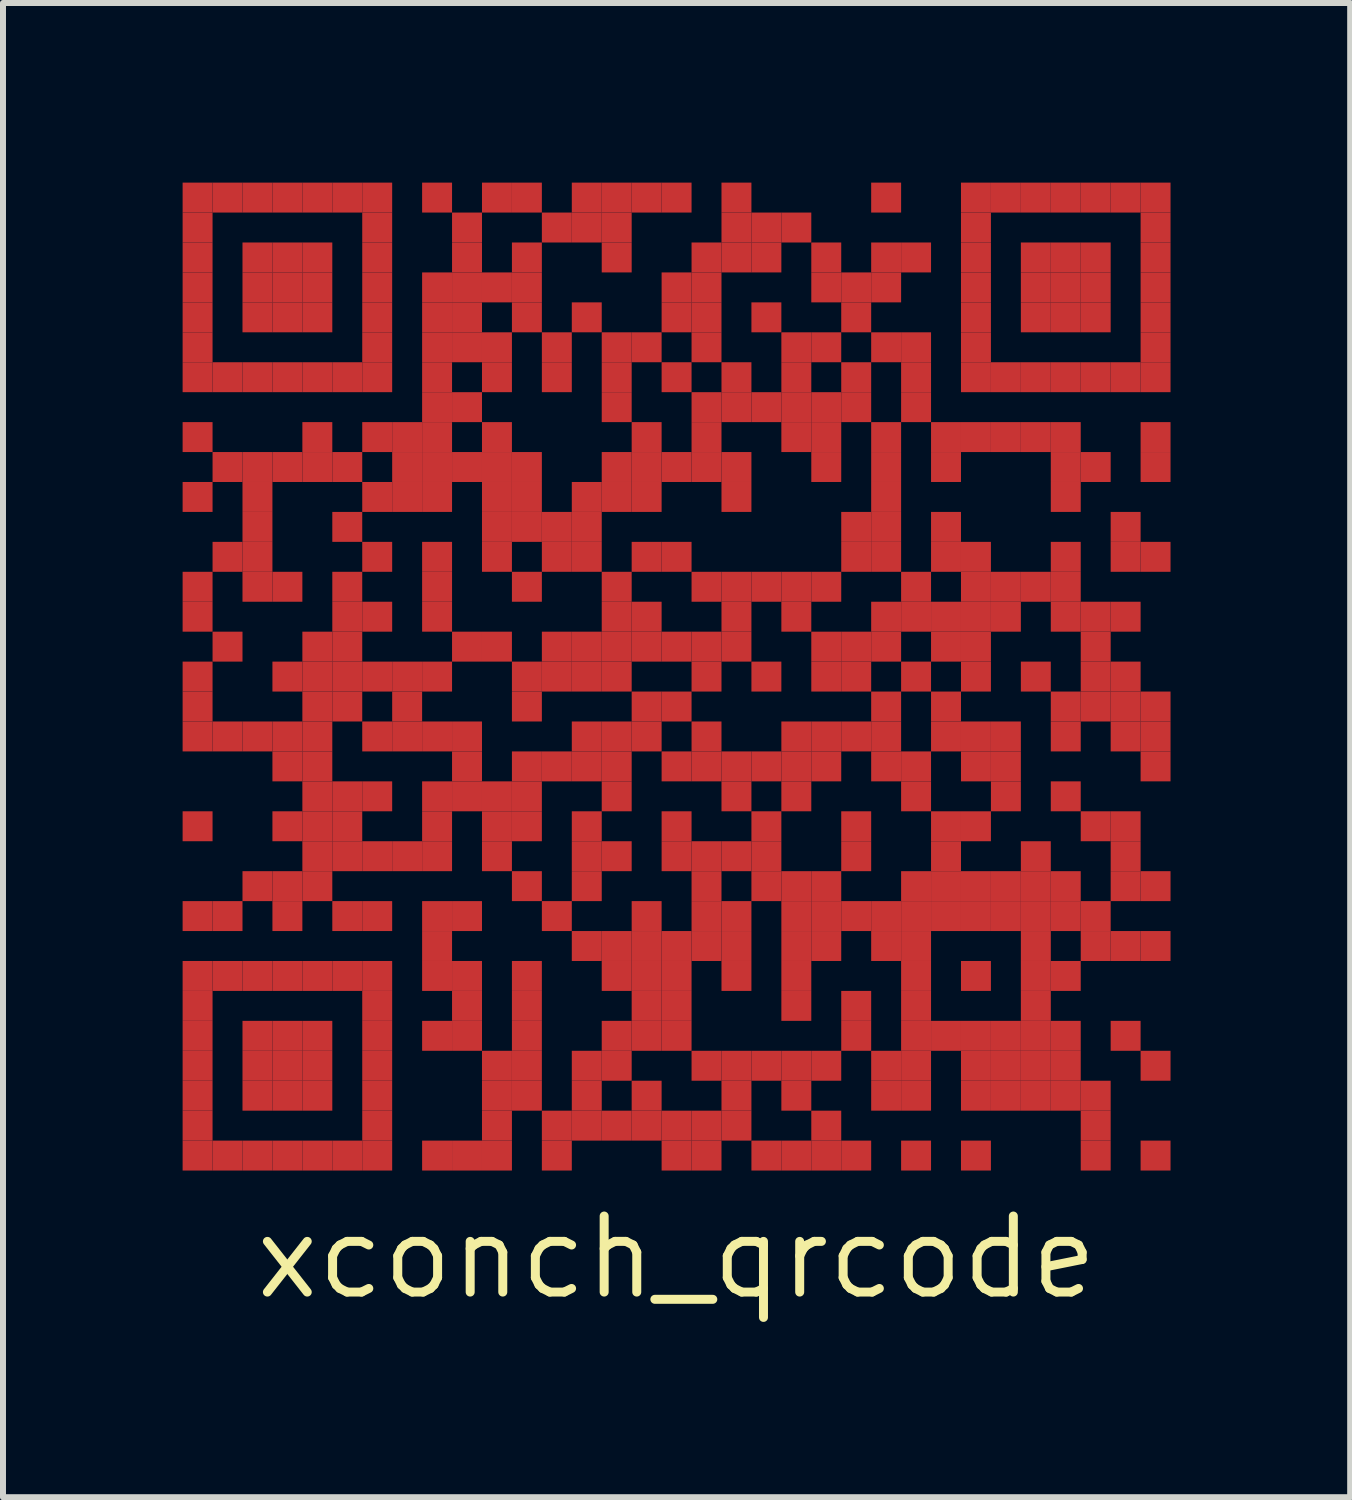
<source format=kicad_pcb>
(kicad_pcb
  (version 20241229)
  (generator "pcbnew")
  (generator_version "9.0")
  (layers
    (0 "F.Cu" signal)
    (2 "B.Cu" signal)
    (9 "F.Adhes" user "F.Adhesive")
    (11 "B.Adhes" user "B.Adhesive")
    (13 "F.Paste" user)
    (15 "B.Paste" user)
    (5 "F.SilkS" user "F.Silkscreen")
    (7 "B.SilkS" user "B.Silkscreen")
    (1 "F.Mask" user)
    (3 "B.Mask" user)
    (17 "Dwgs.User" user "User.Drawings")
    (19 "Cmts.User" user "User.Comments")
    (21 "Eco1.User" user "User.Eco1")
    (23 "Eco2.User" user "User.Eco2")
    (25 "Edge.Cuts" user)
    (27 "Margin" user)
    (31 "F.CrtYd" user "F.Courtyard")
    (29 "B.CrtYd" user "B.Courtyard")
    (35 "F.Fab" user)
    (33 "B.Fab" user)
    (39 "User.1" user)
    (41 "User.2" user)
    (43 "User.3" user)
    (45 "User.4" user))
  (footprint "xconch_qrcode"
    (layer "F.Cu")
    (at 8.25 8.25)
    (property "Reference" "xconch_qrcode" (at 0 9.7 0) (layer "F.SilkS") (effects (font (size 1.27 1.27) (thickness 0.15))))
    (attr through_hole)
    (pad "" smd rect (at -8 -8) (size 0.5 0.5) (layers "F.Cu" "F.Mask"))
    (pad "" smd rect (at -8 -7.5) (size 0.5 0.5) (layers "F.Cu" "F.Mask"))
    (pad "" smd rect (at -8 -7) (size 0.5 0.5) (layers "F.Cu" "F.Mask"))
    (pad "" smd rect (at -8 -6.5) (size 0.5 0.5) (layers "F.Cu" "F.Mask"))
    (pad "" smd rect (at -8 -6) (size 0.5 0.5) (layers "F.Cu" "F.Mask"))
    (pad "" smd rect (at -8 -5.5) (size 0.5 0.5) (layers "F.Cu" "F.Mask"))
    (pad "" smd rect (at -8 -5) (size 0.5 0.5) (layers "F.Cu" "F.Mask"))
    (pad "" smd rect (at -8 -4) (size 0.5 0.5) (layers "F.Cu" "F.Mask"))
    (pad "" smd rect (at -8 -3) (size 0.5 0.5) (layers "F.Cu" "F.Mask"))
    (pad "" smd rect (at -8 -1.5) (size 0.5 0.5) (layers "F.Cu" "F.Mask"))
    (pad "" smd rect (at -8 -1) (size 0.5 0.5) (layers "F.Cu" "F.Mask"))
    (pad "" smd rect (at -8 0) (size 0.5 0.5) (layers "F.Cu" "F.Mask"))
    (pad "" smd rect (at -8 0.5) (size 0.5 0.5) (layers "F.Cu" "F.Mask"))
    (pad "" smd rect (at -8 1) (size 0.5 0.5) (layers "F.Cu" "F.Mask"))
    (pad "" smd rect (at -8 2.5) (size 0.5 0.5) (layers "F.Cu" "F.Mask"))
    (pad "" smd rect (at -8 4) (size 0.5 0.5) (layers "F.Cu" "F.Mask"))
    (pad "" smd rect (at -8 5) (size 0.5 0.5) (layers "F.Cu" "F.Mask"))
    (pad "" smd rect (at -8 5.5) (size 0.5 0.5) (layers "F.Cu" "F.Mask"))
    (pad "" smd rect (at -8 6) (size 0.5 0.5) (layers "F.Cu" "F.Mask"))
    (pad "" smd rect (at -8 6.5) (size 0.5 0.5) (layers "F.Cu" "F.Mask"))
    (pad "" smd rect (at -8 7) (size 0.5 0.5) (layers "F.Cu" "F.Mask"))
    (pad "" smd rect (at -8 7.5) (size 0.5 0.5) (layers "F.Cu" "F.Mask"))
    (pad "" smd rect (at -8 8) (size 0.5 0.5) (layers "F.Cu" "F.Mask"))
    (pad "" smd rect (at -7.5 -8) (size 0.5 0.5) (layers "F.Cu" "F.Mask"))
    (pad "" smd rect (at -7.5 -5) (size 0.5 0.5) (layers "F.Cu" "F.Mask"))
    (pad "" smd rect (at -7.5 -3.5) (size 0.5 0.5) (layers "F.Cu" "F.Mask"))
    (pad "" smd rect (at -7.5 -2) (size 0.5 0.5) (layers "F.Cu" "F.Mask"))
    (pad "" smd rect (at -7.5 -0.5) (size 0.5 0.5) (layers "F.Cu" "F.Mask"))
    (pad "" smd rect (at -7.5 1) (size 0.5 0.5) (layers "F.Cu" "F.Mask"))
    (pad "" smd rect (at -7.5 4) (size 0.5 0.5) (layers "F.Cu" "F.Mask"))
    (pad "" smd rect (at -7.5 5) (size 0.5 0.5) (layers "F.Cu" "F.Mask"))
    (pad "" smd rect (at -7.5 8) (size 0.5 0.5) (layers "F.Cu" "F.Mask"))
    (pad "" smd rect (at -7 -8) (size 0.5 0.5) (layers "F.Cu" "F.Mask"))
    (pad "" smd rect (at -7 -7) (size 0.5 0.5) (layers "F.Cu" "F.Mask"))
    (pad "" smd rect (at -7 -6.5) (size 0.5 0.5) (layers "F.Cu" "F.Mask"))
    (pad "" smd rect (at -7 -6) (size 0.5 0.5) (layers "F.Cu" "F.Mask"))
    (pad "" smd rect (at -7 -5) (size 0.5 0.5) (layers "F.Cu" "F.Mask"))
    (pad "" smd rect (at -7 -3.5) (size 0.5 0.5) (layers "F.Cu" "F.Mask"))
    (pad "" smd rect (at -7 -3) (size 0.5 0.5) (layers "F.Cu" "F.Mask"))
    (pad "" smd rect (at -7 -2.5) (size 0.5 0.5) (layers "F.Cu" "F.Mask"))
    (pad "" smd rect (at -7 -2) (size 0.5 0.5) (layers "F.Cu" "F.Mask"))
    (pad "" smd rect (at -7 -1.5) (size 0.5 0.5) (layers "F.Cu" "F.Mask"))
    (pad "" smd rect (at -7 1) (size 0.5 0.5) (layers "F.Cu" "F.Mask"))
    (pad "" smd rect (at -7 3.5) (size 0.5 0.5) (layers "F.Cu" "F.Mask"))
    (pad "" smd rect (at -7 5) (size 0.5 0.5) (layers "F.Cu" "F.Mask"))
    (pad "" smd rect (at -7 6) (size 0.5 0.5) (layers "F.Cu" "F.Mask"))
    (pad "" smd rect (at -7 6.5) (size 0.5 0.5) (layers "F.Cu" "F.Mask"))
    (pad "" smd rect (at -7 7) (size 0.5 0.5) (layers "F.Cu" "F.Mask"))
    (pad "" smd rect (at -7 8) (size 0.5 0.5) (layers "F.Cu" "F.Mask"))
    (pad "" smd rect (at -6.5 -8) (size 0.5 0.5) (layers "F.Cu" "F.Mask"))
    (pad "" smd rect (at -6.5 -7) (size 0.5 0.5) (layers "F.Cu" "F.Mask"))
    (pad "" smd rect (at -6.5 -6.5) (size 0.5 0.5) (layers "F.Cu" "F.Mask"))
    (pad "" smd rect (at -6.5 -6) (size 0.5 0.5) (layers "F.Cu" "F.Mask"))
    (pad "" smd rect (at -6.5 -5) (size 0.5 0.5) (layers "F.Cu" "F.Mask"))
    (pad "" smd rect (at -6.5 -3.5) (size 0.5 0.5) (layers "F.Cu" "F.Mask"))
    (pad "" smd rect (at -6.5 -1.5) (size 0.5 0.5) (layers "F.Cu" "F.Mask"))
    (pad "" smd rect (at -6.5 0) (size 0.5 0.5) (layers "F.Cu" "F.Mask"))
    (pad "" smd rect (at -6.5 1) (size 0.5 0.5) (layers "F.Cu" "F.Mask"))
    (pad "" smd rect (at -6.5 1.5) (size 0.5 0.5) (layers "F.Cu" "F.Mask"))
    (pad "" smd rect (at -6.5 2.5) (size 0.5 0.5) (layers "F.Cu" "F.Mask"))
    (pad "" smd rect (at -6.5 3.5) (size 0.5 0.5) (layers "F.Cu" "F.Mask"))
    (pad "" smd rect (at -6.5 4) (size 0.5 0.5) (layers "F.Cu" "F.Mask"))
    (pad "" smd rect (at -6.5 5) (size 0.5 0.5) (layers "F.Cu" "F.Mask"))
    (pad "" smd rect (at -6.5 6) (size 0.5 0.5) (layers "F.Cu" "F.Mask"))
    (pad "" smd rect (at -6.5 6.5) (size 0.5 0.5) (layers "F.Cu" "F.Mask"))
    (pad "" smd rect (at -6.5 7) (size 0.5 0.5) (layers "F.Cu" "F.Mask"))
    (pad "" smd rect (at -6.5 8) (size 0.5 0.5) (layers "F.Cu" "F.Mask"))
    (pad "" smd rect (at -6 -8) (size 0.5 0.5) (layers "F.Cu" "F.Mask"))
    (pad "" smd rect (at -6 -7) (size 0.5 0.5) (layers "F.Cu" "F.Mask"))
    (pad "" smd rect (at -6 -6.5) (size 0.5 0.5) (layers "F.Cu" "F.Mask"))
    (pad "" smd rect (at -6 -6) (size 0.5 0.5) (layers "F.Cu" "F.Mask"))
    (pad "" smd rect (at -6 -5) (size 0.5 0.5) (layers "F.Cu" "F.Mask"))
    (pad "" smd rect (at -6 -4) (size 0.5 0.5) (layers "F.Cu" "F.Mask"))
    (pad "" smd rect (at -6 -3.5) (size 0.5 0.5) (layers "F.Cu" "F.Mask"))
    (pad "" smd rect (at -6 -0.5) (size 0.5 0.5) (layers "F.Cu" "F.Mask"))
    (pad "" smd rect (at -6 0) (size 0.5 0.5) (layers "F.Cu" "F.Mask"))
    (pad "" smd rect (at -6 0.5) (size 0.5 0.5) (layers "F.Cu" "F.Mask"))
    (pad "" smd rect (at -6 1) (size 0.5 0.5) (layers "F.Cu" "F.Mask"))
    (pad "" smd rect (at -6 1.5) (size 0.5 0.5) (layers "F.Cu" "F.Mask"))
    (pad "" smd rect (at -6 2) (size 0.5 0.5) (layers "F.Cu" "F.Mask"))
    (pad "" smd rect (at -6 2.5) (size 0.5 0.5) (layers "F.Cu" "F.Mask"))
    (pad "" smd rect (at -6 3) (size 0.5 0.5) (layers "F.Cu" "F.Mask"))
    (pad "" smd rect (at -6 3.5) (size 0.5 0.5) (layers "F.Cu" "F.Mask"))
    (pad "" smd rect (at -6 5) (size 0.5 0.5) (layers "F.Cu" "F.Mask"))
    (pad "" smd rect (at -6 6) (size 0.5 0.5) (layers "F.Cu" "F.Mask"))
    (pad "" smd rect (at -6 6.5) (size 0.5 0.5) (layers "F.Cu" "F.Mask"))
    (pad "" smd rect (at -6 7) (size 0.5 0.5) (layers "F.Cu" "F.Mask"))
    (pad "" smd rect (at -6 8) (size 0.5 0.5) (layers "F.Cu" "F.Mask"))
    (pad "" smd rect (at -5.5 -8) (size 0.5 0.5) (layers "F.Cu" "F.Mask"))
    (pad "" smd rect (at -5.5 -5) (size 0.5 0.5) (layers "F.Cu" "F.Mask"))
    (pad "" smd rect (at -5.5 -3.5) (size 0.5 0.5) (layers "F.Cu" "F.Mask"))
    (pad "" smd rect (at -5.5 -2.5) (size 0.5 0.5) (layers "F.Cu" "F.Mask"))
    (pad "" smd rect (at -5.5 -1.5) (size 0.5 0.5) (layers "F.Cu" "F.Mask"))
    (pad "" smd rect (at -5.5 -1) (size 0.5 0.5) (layers "F.Cu" "F.Mask"))
    (pad "" smd rect (at -5.5 -0.5) (size 0.5 0.5) (layers "F.Cu" "F.Mask"))
    (pad "" smd rect (at -5.5 0) (size 0.5 0.5) (layers "F.Cu" "F.Mask"))
    (pad "" smd rect (at -5.5 0.5) (size 0.5 0.5) (layers "F.Cu" "F.Mask"))
    (pad "" smd rect (at -5.5 2) (size 0.5 0.5) (layers "F.Cu" "F.Mask"))
    (pad "" smd rect (at -5.5 2.5) (size 0.5 0.5) (layers "F.Cu" "F.Mask"))
    (pad "" smd rect (at -5.5 3) (size 0.5 0.5) (layers "F.Cu" "F.Mask"))
    (pad "" smd rect (at -5.5 4) (size 0.5 0.5) (layers "F.Cu" "F.Mask"))
    (pad "" smd rect (at -5.5 5) (size 0.5 0.5) (layers "F.Cu" "F.Mask"))
    (pad "" smd rect (at -5.5 8) (size 0.5 0.5) (layers "F.Cu" "F.Mask"))
    (pad "" smd rect (at -5 -8) (size 0.5 0.5) (layers "F.Cu" "F.Mask"))
    (pad "" smd rect (at -5 -7.5) (size 0.5 0.5) (layers "F.Cu" "F.Mask"))
    (pad "" smd rect (at -5 -7) (size 0.5 0.5) (layers "F.Cu" "F.Mask"))
    (pad "" smd rect (at -5 -6.5) (size 0.5 0.5) (layers "F.Cu" "F.Mask"))
    (pad "" smd rect (at -5 -6) (size 0.5 0.5) (layers "F.Cu" "F.Mask"))
    (pad "" smd rect (at -5 -5.5) (size 0.5 0.5) (layers "F.Cu" "F.Mask"))
    (pad "" smd rect (at -5 -5) (size 0.5 0.5) (layers "F.Cu" "F.Mask"))
    (pad "" smd rect (at -5 -4) (size 0.5 0.5) (layers "F.Cu" "F.Mask"))
    (pad "" smd rect (at -5 -3) (size 0.5 0.5) (layers "F.Cu" "F.Mask"))
    (pad "" smd rect (at -5 -2) (size 0.5 0.5) (layers "F.Cu" "F.Mask"))
    (pad "" smd rect (at -5 -1) (size 0.5 0.5) (layers "F.Cu" "F.Mask"))
    (pad "" smd rect (at -5 0) (size 0.5 0.5) (layers "F.Cu" "F.Mask"))
    (pad "" smd rect (at -5 1) (size 0.5 0.5) (layers "F.Cu" "F.Mask"))
    (pad "" smd rect (at -5 2) (size 0.5 0.5) (layers "F.Cu" "F.Mask"))
    (pad "" smd rect (at -5 3) (size 0.5 0.5) (layers "F.Cu" "F.Mask"))
    (pad "" smd rect (at -5 4) (size 0.5 0.5) (layers "F.Cu" "F.Mask"))
    (pad "" smd rect (at -5 5) (size 0.5 0.5) (layers "F.Cu" "F.Mask"))
    (pad "" smd rect (at -5 5.5) (size 0.5 0.5) (layers "F.Cu" "F.Mask"))
    (pad "" smd rect (at -5 6) (size 0.5 0.5) (layers "F.Cu" "F.Mask"))
    (pad "" smd rect (at -5 6.5) (size 0.5 0.5) (layers "F.Cu" "F.Mask"))
    (pad "" smd rect (at -5 7) (size 0.5 0.5) (layers "F.Cu" "F.Mask"))
    (pad "" smd rect (at -5 7.5) (size 0.5 0.5) (layers "F.Cu" "F.Mask"))
    (pad "" smd rect (at -5 8) (size 0.5 0.5) (layers "F.Cu" "F.Mask"))
    (pad "" smd rect (at -4.5 -4) (size 0.5 0.5) (layers "F.Cu" "F.Mask"))
    (pad "" smd rect (at -4.5 -3.5) (size 0.5 0.5) (layers "F.Cu" "F.Mask"))
    (pad "" smd rect (at -4.5 -3) (size 0.5 0.5) (layers "F.Cu" "F.Mask"))
    (pad "" smd rect (at -4.5 0) (size 0.5 0.5) (layers "F.Cu" "F.Mask"))
    (pad "" smd rect (at -4.5 0.5) (size 0.5 0.5) (layers "F.Cu" "F.Mask"))
    (pad "" smd rect (at -4.5 1) (size 0.5 0.5) (layers "F.Cu" "F.Mask"))
    (pad "" smd rect (at -4.5 3) (size 0.5 0.5) (layers "F.Cu" "F.Mask"))
    (pad "" smd rect (at -4 -8) (size 0.5 0.5) (layers "F.Cu" "F.Mask"))
    (pad "" smd rect (at -4 -6.5) (size 0.5 0.5) (layers "F.Cu" "F.Mask"))
    (pad "" smd rect (at -4 -6) (size 0.5 0.5) (layers "F.Cu" "F.Mask"))
    (pad "" smd rect (at -4 -5.5) (size 0.5 0.5) (layers "F.Cu" "F.Mask"))
    (pad "" smd rect (at -4 -5) (size 0.5 0.5) (layers "F.Cu" "F.Mask"))
    (pad "" smd rect (at -4 -4.5) (size 0.5 0.5) (layers "F.Cu" "F.Mask"))
    (pad "" smd rect (at -4 -4) (size 0.5 0.5) (layers "F.Cu" "F.Mask"))
    (pad "" smd rect (at -4 -3.5) (size 0.5 0.5) (layers "F.Cu" "F.Mask"))
    (pad "" smd rect (at -4 -3) (size 0.5 0.5) (layers "F.Cu" "F.Mask"))
    (pad "" smd rect (at -4 -2) (size 0.5 0.5) (layers "F.Cu" "F.Mask"))
    (pad "" smd rect (at -4 -1.5) (size 0.5 0.5) (layers "F.Cu" "F.Mask"))
    (pad "" smd rect (at -4 -1) (size 0.5 0.5) (layers "F.Cu" "F.Mask"))
    (pad "" smd rect (at -4 0) (size 0.5 0.5) (layers "F.Cu" "F.Mask"))
    (pad "" smd rect (at -4 1) (size 0.5 0.5) (layers "F.Cu" "F.Mask"))
    (pad "" smd rect (at -4 2) (size 0.5 0.5) (layers "F.Cu" "F.Mask"))
    (pad "" smd rect (at -4 2.5) (size 0.5 0.5) (layers "F.Cu" "F.Mask"))
    (pad "" smd rect (at -4 3) (size 0.5 0.5) (layers "F.Cu" "F.Mask"))
    (pad "" smd rect (at -4 4) (size 0.5 0.5) (layers "F.Cu" "F.Mask"))
    (pad "" smd rect (at -4 4.5) (size 0.5 0.5) (layers "F.Cu" "F.Mask"))
    (pad "" smd rect (at -4 5) (size 0.5 0.5) (layers "F.Cu" "F.Mask"))
    (pad "" smd rect (at -4 6) (size 0.5 0.5) (layers "F.Cu" "F.Mask"))
    (pad "" smd rect (at -4 8) (size 0.5 0.5) (layers "F.Cu" "F.Mask"))
    (pad "" smd rect (at -3.5 -7.5) (size 0.5 0.5) (layers "F.Cu" "F.Mask"))
    (pad "" smd rect (at -3.5 -7) (size 0.5 0.5) (layers "F.Cu" "F.Mask"))
    (pad "" smd rect (at -3.5 -6.5) (size 0.5 0.5) (layers "F.Cu" "F.Mask"))
    (pad "" smd rect (at -3.5 -6) (size 0.5 0.5) (layers "F.Cu" "F.Mask"))
    (pad "" smd rect (at -3.5 -5.5) (size 0.5 0.5) (layers "F.Cu" "F.Mask"))
    (pad "" smd rect (at -3.5 -4.5) (size 0.5 0.5) (layers "F.Cu" "F.Mask"))
    (pad "" smd rect (at -3.5 -3.5) (size 0.5 0.5) (layers "F.Cu" "F.Mask"))
    (pad "" smd rect (at -3.5 -0.5) (size 0.5 0.5) (layers "F.Cu" "F.Mask"))
    (pad "" smd rect (at -3.5 1) (size 0.5 0.5) (layers "F.Cu" "F.Mask"))
    (pad "" smd rect (at -3.5 1.5) (size 0.5 0.5) (layers "F.Cu" "F.Mask"))
    (pad "" smd rect (at -3.5 2) (size 0.5 0.5) (layers "F.Cu" "F.Mask"))
    (pad "" smd rect (at -3.5 4) (size 0.5 0.5) (layers "F.Cu" "F.Mask"))
    (pad "" smd rect (at -3.5 5) (size 0.5 0.5) (layers "F.Cu" "F.Mask"))
    (pad "" smd rect (at -3.5 5.5) (size 0.5 0.5) (layers "F.Cu" "F.Mask"))
    (pad "" smd rect (at -3.5 6) (size 0.5 0.5) (layers "F.Cu" "F.Mask"))
    (pad "" smd rect (at -3.5 8) (size 0.5 0.5) (layers "F.Cu" "F.Mask"))
    (pad "" smd rect (at -3 -8) (size 0.5 0.5) (layers "F.Cu" "F.Mask"))
    (pad "" smd rect (at -3 -6.5) (size 0.5 0.5) (layers "F.Cu" "F.Mask"))
    (pad "" smd rect (at -3 -5.5) (size 0.5 0.5) (layers "F.Cu" "F.Mask"))
    (pad "" smd rect (at -3 -5) (size 0.5 0.5) (layers "F.Cu" "F.Mask"))
    (pad "" smd rect (at -3 -4) (size 0.5 0.5) (layers "F.Cu" "F.Mask"))
    (pad "" smd rect (at -3 -3.5) (size 0.5 0.5) (layers "F.Cu" "F.Mask"))
    (pad "" smd rect (at -3 -3) (size 0.5 0.5) (layers "F.Cu" "F.Mask"))
    (pad "" smd rect (at -3 -2.5) (size 0.5 0.5) (layers "F.Cu" "F.Mask"))
    (pad "" smd rect (at -3 -2) (size 0.5 0.5) (layers "F.Cu" "F.Mask"))
    (pad "" smd rect (at -3 -0.5) (size 0.5 0.5) (layers "F.Cu" "F.Mask"))
    (pad "" smd rect (at -3 2) (size 0.5 0.5) (layers "F.Cu" "F.Mask"))
    (pad "" smd rect (at -3 2.5) (size 0.5 0.5) (layers "F.Cu" "F.Mask"))
    (pad "" smd rect (at -3 3) (size 0.5 0.5) (layers "F.Cu" "F.Mask"))
    (pad "" smd rect (at -3 6.5) (size 0.5 0.5) (layers "F.Cu" "F.Mask"))
    (pad "" smd rect (at -3 7) (size 0.5 0.5) (layers "F.Cu" "F.Mask"))
    (pad "" smd rect (at -3 7.5) (size 0.5 0.5) (layers "F.Cu" "F.Mask"))
    (pad "" smd rect (at -3 8) (size 0.5 0.5) (layers "F.Cu" "F.Mask"))
    (pad "" smd rect (at -2.5 -8) (size 0.5 0.5) (layers "F.Cu" "F.Mask"))
    (pad "" smd rect (at -2.5 -7) (size 0.5 0.5) (layers "F.Cu" "F.Mask"))
    (pad "" smd rect (at -2.5 -6.5) (size 0.5 0.5) (layers "F.Cu" "F.Mask"))
    (pad "" smd rect (at -2.5 -6) (size 0.5 0.5) (layers "F.Cu" "F.Mask"))
    (pad "" smd rect (at -2.5 -3.5) (size 0.5 0.5) (layers "F.Cu" "F.Mask"))
    (pad "" smd rect (at -2.5 -3) (size 0.5 0.5) (layers "F.Cu" "F.Mask"))
    (pad "" smd rect (at -2.5 -2.5) (size 0.5 0.5) (layers "F.Cu" "F.Mask"))
    (pad "" smd rect (at -2.5 -1.5) (size 0.5 0.5) (layers "F.Cu" "F.Mask"))
    (pad "" smd rect (at -2.5 0) (size 0.5 0.5) (layers "F.Cu" "F.Mask"))
    (pad "" smd rect (at -2.5 0.5) (size 0.5 0.5) (layers "F.Cu" "F.Mask"))
    (pad "" smd rect (at -2.5 1.5) (size 0.5 0.5) (layers "F.Cu" "F.Mask"))
    (pad "" smd rect (at -2.5 2) (size 0.5 0.5) (layers "F.Cu" "F.Mask"))
    (pad "" smd rect (at -2.5 2.5) (size 0.5 0.5) (layers "F.Cu" "F.Mask"))
    (pad "" smd rect (at -2.5 3.5) (size 0.5 0.5) (layers "F.Cu" "F.Mask"))
    (pad "" smd rect (at -2.5 5) (size 0.5 0.5) (layers "F.Cu" "F.Mask"))
    (pad "" smd rect (at -2.5 5.5) (size 0.5 0.5) (layers "F.Cu" "F.Mask"))
    (pad "" smd rect (at -2.5 6) (size 0.5 0.5) (layers "F.Cu" "F.Mask"))
    (pad "" smd rect (at -2.5 6.5) (size 0.5 0.5) (layers "F.Cu" "F.Mask"))
    (pad "" smd rect (at -2.5 7) (size 0.5 0.5) (layers "F.Cu" "F.Mask"))
    (pad "" smd rect (at -2 -7.5) (size 0.5 0.5) (layers "F.Cu" "F.Mask"))
    (pad "" smd rect (at -2 -5.5) (size 0.5 0.5) (layers "F.Cu" "F.Mask"))
    (pad "" smd rect (at -2 -5) (size 0.5 0.5) (layers "F.Cu" "F.Mask"))
    (pad "" smd rect (at -2 -2.5) (size 0.5 0.5) (layers "F.Cu" "F.Mask"))
    (pad "" smd rect (at -2 -2) (size 0.5 0.5) (layers "F.Cu" "F.Mask"))
    (pad "" smd rect (at -2 -0.5) (size 0.5 0.5) (layers "F.Cu" "F.Mask"))
    (pad "" smd rect (at -2 0) (size 0.5 0.5) (layers "F.Cu" "F.Mask"))
    (pad "" smd rect (at -2 1.5) (size 0.5 0.5) (layers "F.Cu" "F.Mask"))
    (pad "" smd rect (at -2 4) (size 0.5 0.5) (layers "F.Cu" "F.Mask"))
    (pad "" smd rect (at -2 7.5) (size 0.5 0.5) (layers "F.Cu" "F.Mask"))
    (pad "" smd rect (at -2 8) (size 0.5 0.5) (layers "F.Cu" "F.Mask"))
    (pad "" smd rect (at -1.5 -8) (size 0.5 0.5) (layers "F.Cu" "F.Mask"))
    (pad "" smd rect (at -1.5 -7.5) (size 0.5 0.5) (layers "F.Cu" "F.Mask"))
    (pad "" smd rect (at -1.5 -6) (size 0.5 0.5) (layers "F.Cu" "F.Mask"))
    (pad "" smd rect (at -1.5 -3) (size 0.5 0.5) (layers "F.Cu" "F.Mask"))
    (pad "" smd rect (at -1.5 -2.5) (size 0.5 0.5) (layers "F.Cu" "F.Mask"))
    (pad "" smd rect (at -1.5 -2) (size 0.5 0.5) (layers "F.Cu" "F.Mask"))
    (pad "" smd rect (at -1.5 -0.5) (size 0.5 0.5) (layers "F.Cu" "F.Mask"))
    (pad "" smd rect (at -1.5 0) (size 0.5 0.5) (layers "F.Cu" "F.Mask"))
    (pad "" smd rect (at -1.5 1) (size 0.5 0.5) (layers "F.Cu" "F.Mask"))
    (pad "" smd rect (at -1.5 1.5) (size 0.5 0.5) (layers "F.Cu" "F.Mask"))
    (pad "" smd rect (at -1.5 2.5) (size 0.5 0.5) (layers "F.Cu" "F.Mask"))
    (pad "" smd rect (at -1.5 3) (size 0.5 0.5) (layers "F.Cu" "F.Mask"))
    (pad "" smd rect (at -1.5 3.5) (size 0.5 0.5) (layers "F.Cu" "F.Mask"))
    (pad "" smd rect (at -1.5 4.5) (size 0.5 0.5) (layers "F.Cu" "F.Mask"))
    (pad "" smd rect (at -1.5 6.5) (size 0.5 0.5) (layers "F.Cu" "F.Mask"))
    (pad "" smd rect (at -1.5 7) (size 0.5 0.5) (layers "F.Cu" "F.Mask"))
    (pad "" smd rect (at -1.5 7.5) (size 0.5 0.5) (layers "F.Cu" "F.Mask"))
    (pad "" smd rect (at -1 -8) (size 0.5 0.5) (layers "F.Cu" "F.Mask"))
    (pad "" smd rect (at -1 -7.5) (size 0.5 0.5) (layers "F.Cu" "F.Mask"))
    (pad "" smd rect (at -1 -7) (size 0.5 0.5) (layers "F.Cu" "F.Mask"))
    (pad "" smd rect (at -1 -5.5) (size 0.5 0.5) (layers "F.Cu" "F.Mask"))
    (pad "" smd rect (at -1 -5) (size 0.5 0.5) (layers "F.Cu" "F.Mask"))
    (pad "" smd rect (at -1 -4.5) (size 0.5 0.5) (layers "F.Cu" "F.Mask"))
    (pad "" smd rect (at -1 -3.5) (size 0.5 0.5) (layers "F.Cu" "F.Mask"))
    (pad "" smd rect (at -1 -3) (size 0.5 0.5) (layers "F.Cu" "F.Mask"))
    (pad "" smd rect (at -1 -1.5) (size 0.5 0.5) (layers "F.Cu" "F.Mask"))
    (pad "" smd rect (at -1 -1) (size 0.5 0.5) (layers "F.Cu" "F.Mask"))
    (pad "" smd rect (at -1 -0.5) (size 0.5 0.5) (layers "F.Cu" "F.Mask"))
    (pad "" smd rect (at -1 0) (size 0.5 0.5) (layers "F.Cu" "F.Mask"))
    (pad "" smd rect (at -1 1) (size 0.5 0.5) (layers "F.Cu" "F.Mask"))
    (pad "" smd rect (at -1 1.5) (size 0.5 0.5) (layers "F.Cu" "F.Mask"))
    (pad "" smd rect (at -1 2) (size 0.5 0.5) (layers "F.Cu" "F.Mask"))
    (pad "" smd rect (at -1 3) (size 0.5 0.5) (layers "F.Cu" "F.Mask"))
    (pad "" smd rect (at -1 4.5) (size 0.5 0.5) (layers "F.Cu" "F.Mask"))
    (pad "" smd rect (at -1 5) (size 0.5 0.5) (layers "F.Cu" "F.Mask"))
    (pad "" smd rect (at -1 6) (size 0.5 0.5) (layers "F.Cu" "F.Mask"))
    (pad "" smd rect (at -1 6.5) (size 0.5 0.5) (layers "F.Cu" "F.Mask"))
    (pad "" smd rect (at -1 7.5) (size 0.5 0.5) (layers "F.Cu" "F.Mask"))
    (pad "" smd rect (at -0.5 -8) (size 0.5 0.5) (layers "F.Cu" "F.Mask"))
    (pad "" smd rect (at -0.5 -5.5) (size 0.5 0.5) (layers "F.Cu" "F.Mask"))
    (pad "" smd rect (at -0.5 -4) (size 0.5 0.5) (layers "F.Cu" "F.Mask"))
    (pad "" smd rect (at -0.5 -3.5) (size 0.5 0.5) (layers "F.Cu" "F.Mask"))
    (pad "" smd rect (at -0.5 -3) (size 0.5 0.5) (layers "F.Cu" "F.Mask"))
    (pad "" smd rect (at -0.5 -2) (size 0.5 0.5) (layers "F.Cu" "F.Mask"))
    (pad "" smd rect (at -0.5 -1) (size 0.5 0.5) (layers "F.Cu" "F.Mask"))
    (pad "" smd rect (at -0.5 -0.5) (size 0.5 0.5) (layers "F.Cu" "F.Mask"))
    (pad "" smd rect (at -0.5 0.5) (size 0.5 0.5) (layers "F.Cu" "F.Mask"))
    (pad "" smd rect (at -0.5 1) (size 0.5 0.5) (layers "F.Cu" "F.Mask"))
    (pad "" smd rect (at -0.5 4) (size 0.5 0.5) (layers "F.Cu" "F.Mask"))
    (pad "" smd rect (at -0.5 4.5) (size 0.5 0.5) (layers "F.Cu" "F.Mask"))
    (pad "" smd rect (at -0.5 5) (size 0.5 0.5) (layers "F.Cu" "F.Mask"))
    (pad "" smd rect (at -0.5 5.5) (size 0.5 0.5) (layers "F.Cu" "F.Mask"))
    (pad "" smd rect (at -0.5 6) (size 0.5 0.5) (layers "F.Cu" "F.Mask"))
    (pad "" smd rect (at -0.5 7) (size 0.5 0.5) (layers "F.Cu" "F.Mask"))
    (pad "" smd rect (at -0.5 7.5) (size 0.5 0.5) (layers "F.Cu" "F.Mask"))
    (pad "" smd rect (at 0 -8) (size 0.5 0.5) (layers "F.Cu" "F.Mask"))
    (pad "" smd rect (at 0 -6.5) (size 0.5 0.5) (layers "F.Cu" "F.Mask"))
    (pad "" smd rect (at 0 -6) (size 0.5 0.5) (layers "F.Cu" "F.Mask"))
    (pad "" smd rect (at 0 -5) (size 0.5 0.5) (layers "F.Cu" "F.Mask"))
    (pad "" smd rect (at 0 -3.5) (size 0.5 0.5) (layers "F.Cu" "F.Mask"))
    (pad "" smd rect (at 0 -2) (size 0.5 0.5) (layers "F.Cu" "F.Mask"))
    (pad "" smd rect (at 0 -0.5) (size 0.5 0.5) (layers "F.Cu" "F.Mask"))
    (pad "" smd rect (at 0 0.5) (size 0.5 0.5) (layers "F.Cu" "F.Mask"))
    (pad "" smd rect (at 0 1.5) (size 0.5 0.5) (layers "F.Cu" "F.Mask"))
    (pad "" smd rect (at 0 2.5) (size 0.5 0.5) (layers "F.Cu" "F.Mask"))
    (pad "" smd rect (at 0 3) (size 0.5 0.5) (layers "F.Cu" "F.Mask"))
    (pad "" smd rect (at 0 4.5) (size 0.5 0.5) (layers "F.Cu" "F.Mask"))
    (pad "" smd rect (at 0 5) (size 0.5 0.5) (layers "F.Cu" "F.Mask"))
    (pad "" smd rect (at 0 5.5) (size 0.5 0.5) (layers "F.Cu" "F.Mask"))
    (pad "" smd rect (at 0 6) (size 0.5 0.5) (layers "F.Cu" "F.Mask"))
    (pad "" smd rect (at 0 7.5) (size 0.5 0.5) (layers "F.Cu" "F.Mask"))
    (pad "" smd rect (at 0 8) (size 0.5 0.5) (layers "F.Cu" "F.Mask"))
    (pad "" smd rect (at 0.5 -7) (size 0.5 0.5) (layers "F.Cu" "F.Mask"))
    (pad "" smd rect (at 0.5 -6.5) (size 0.5 0.5) (layers "F.Cu" "F.Mask"))
    (pad "" smd rect (at 0.5 -6) (size 0.5 0.5) (layers "F.Cu" "F.Mask"))
    (pad "" smd rect (at 0.5 -5.5) (size 0.5 0.5) (layers "F.Cu" "F.Mask"))
    (pad "" smd rect (at 0.5 -4.5) (size 0.5 0.5) (layers "F.Cu" "F.Mask"))
    (pad "" smd rect (at 0.5 -4) (size 0.5 0.5) (layers "F.Cu" "F.Mask"))
    (pad "" smd rect (at 0.5 -3.5) (size 0.5 0.5) (layers "F.Cu" "F.Mask"))
    (pad "" smd rect (at 0.5 -1.5) (size 0.5 0.5) (layers "F.Cu" "F.Mask"))
    (pad "" smd rect (at 0.5 -0.5) (size 0.5 0.5) (layers "F.Cu" "F.Mask"))
    (pad "" smd rect (at 0.5 0) (size 0.5 0.5) (layers "F.Cu" "F.Mask"))
    (pad "" smd rect (at 0.5 1) (size 0.5 0.5) (layers "F.Cu" "F.Mask"))
    (pad "" smd rect (at 0.5 1.5) (size 0.5 0.5) (layers "F.Cu" "F.Mask"))
    (pad "" smd rect (at 0.5 3) (size 0.5 0.5) (layers "F.Cu" "F.Mask"))
    (pad "" smd rect (at 0.5 3.5) (size 0.5 0.5) (layers "F.Cu" "F.Mask"))
    (pad "" smd rect (at 0.5 4) (size 0.5 0.5) (layers "F.Cu" "F.Mask"))
    (pad "" smd rect (at 0.5 4.5) (size 0.5 0.5) (layers "F.Cu" "F.Mask"))
    (pad "" smd rect (at 0.5 6.5) (size 0.5 0.5) (layers "F.Cu" "F.Mask"))
    (pad "" smd rect (at 0.5 7.5) (size 0.5 0.5) (layers "F.Cu" "F.Mask"))
    (pad "" smd rect (at 0.5 8) (size 0.5 0.5) (layers "F.Cu" "F.Mask"))
    (pad "" smd rect (at 1 -8) (size 0.5 0.5) (layers "F.Cu" "F.Mask"))
    (pad "" smd rect (at 1 -7.5) (size 0.5 0.5) (layers "F.Cu" "F.Mask"))
    (pad "" smd rect (at 1 -7) (size 0.5 0.5) (layers "F.Cu" "F.Mask"))
    (pad "" smd rect (at 1 -5) (size 0.5 0.5) (layers "F.Cu" "F.Mask"))
    (pad "" smd rect (at 1 -4.5) (size 0.5 0.5) (layers "F.Cu" "F.Mask"))
    (pad "" smd rect (at 1 -3.5) (size 0.5 0.5) (layers "F.Cu" "F.Mask"))
    (pad "" smd rect (at 1 -3) (size 0.5 0.5) (layers "F.Cu" "F.Mask"))
    (pad "" smd rect (at 1 -1.5) (size 0.5 0.5) (layers "F.Cu" "F.Mask"))
    (pad "" smd rect (at 1 -1) (size 0.5 0.5) (layers "F.Cu" "F.Mask"))
    (pad "" smd rect (at 1 -0.5) (size 0.5 0.5) (layers "F.Cu" "F.Mask"))
    (pad "" smd rect (at 1 1.5) (size 0.5 0.5) (layers "F.Cu" "F.Mask"))
    (pad "" smd rect (at 1 2) (size 0.5 0.5) (layers "F.Cu" "F.Mask"))
    (pad "" smd rect (at 1 3) (size 0.5 0.5) (layers "F.Cu" "F.Mask"))
    (pad "" smd rect (at 1 4) (size 0.5 0.5) (layers "F.Cu" "F.Mask"))
    (pad "" smd rect (at 1 4.5) (size 0.5 0.5) (layers "F.Cu" "F.Mask"))
    (pad "" smd rect (at 1 5) (size 0.5 0.5) (layers "F.Cu" "F.Mask"))
    (pad "" smd rect (at 1 6.5) (size 0.5 0.5) (layers "F.Cu" "F.Mask"))
    (pad "" smd rect (at 1 7) (size 0.5 0.5) (layers "F.Cu" "F.Mask"))
    (pad "" smd rect (at 1 7.5) (size 0.5 0.5) (layers "F.Cu" "F.Mask"))
    (pad "" smd rect (at 1.5 -7.5) (size 0.5 0.5) (layers "F.Cu" "F.Mask"))
    (pad "" smd rect (at 1.5 -7) (size 0.5 0.5) (layers "F.Cu" "F.Mask"))
    (pad "" smd rect (at 1.5 -6) (size 0.5 0.5) (layers "F.Cu" "F.Mask"))
    (pad "" smd rect (at 1.5 -4.5) (size 0.5 0.5) (layers "F.Cu" "F.Mask"))
    (pad "" smd rect (at 1.5 -1.5) (size 0.5 0.5) (layers "F.Cu" "F.Mask"))
    (pad "" smd rect (at 1.5 0) (size 0.5 0.5) (layers "F.Cu" "F.Mask"))
    (pad "" smd rect (at 1.5 1.5) (size 0.5 0.5) (layers "F.Cu" "F.Mask"))
    (pad "" smd rect (at 1.5 2.5) (size 0.5 0.5) (layers "F.Cu" "F.Mask"))
    (pad "" smd rect (at 1.5 3) (size 0.5 0.5) (layers "F.Cu" "F.Mask"))
    (pad "" smd rect (at 1.5 3.5) (size 0.5 0.5) (layers "F.Cu" "F.Mask"))
    (pad "" smd rect (at 1.5 6.5) (size 0.5 0.5) (layers "F.Cu" "F.Mask"))
    (pad "" smd rect (at 1.5 8) (size 0.5 0.5) (layers "F.Cu" "F.Mask"))
    (pad "" smd rect (at 2 -7.5) (size 0.5 0.5) (layers "F.Cu" "F.Mask"))
    (pad "" smd rect (at 2 -5.5) (size 0.5 0.5) (layers "F.Cu" "F.Mask"))
    (pad "" smd rect (at 2 -5) (size 0.5 0.5) (layers "F.Cu" "F.Mask"))
    (pad "" smd rect (at 2 -4.5) (size 0.5 0.5) (layers "F.Cu" "F.Mask"))
    (pad "" smd rect (at 2 -4) (size 0.5 0.5) (layers "F.Cu" "F.Mask"))
    (pad "" smd rect (at 2 -1.5) (size 0.5 0.5) (layers "F.Cu" "F.Mask"))
    (pad "" smd rect (at 2 -1) (size 0.5 0.5) (layers "F.Cu" "F.Mask"))
    (pad "" smd rect (at 2 1) (size 0.5 0.5) (layers "F.Cu" "F.Mask"))
    (pad "" smd rect (at 2 1.5) (size 0.5 0.5) (layers "F.Cu" "F.Mask"))
    (pad "" smd rect (at 2 2) (size 0.5 0.5) (layers "F.Cu" "F.Mask"))
    (pad "" smd rect (at 2 3.5) (size 0.5 0.5) (layers "F.Cu" "F.Mask"))
    (pad "" smd rect (at 2 4) (size 0.5 0.5) (layers "F.Cu" "F.Mask"))
    (pad "" smd rect (at 2 4.5) (size 0.5 0.5) (layers "F.Cu" "F.Mask"))
    (pad "" smd rect (at 2 5) (size 0.5 0.5) (layers "F.Cu" "F.Mask"))
    (pad "" smd rect (at 2 5.5) (size 0.5 0.5) (layers "F.Cu" "F.Mask"))
    (pad "" smd rect (at 2 6.5) (size 0.5 0.5) (layers "F.Cu" "F.Mask"))
    (pad "" smd rect (at 2 7) (size 0.5 0.5) (layers "F.Cu" "F.Mask"))
    (pad "" smd rect (at 2 8) (size 0.5 0.5) (layers "F.Cu" "F.Mask"))
    (pad "" smd rect (at 2.5 -7) (size 0.5 0.5) (layers "F.Cu" "F.Mask"))
    (pad "" smd rect (at 2.5 -6.5) (size 0.5 0.5) (layers "F.Cu" "F.Mask"))
    (pad "" smd rect (at 2.5 -5.5) (size 0.5 0.5) (layers "F.Cu" "F.Mask"))
    (pad "" smd rect (at 2.5 -4.5) (size 0.5 0.5) (layers "F.Cu" "F.Mask"))
    (pad "" smd rect (at 2.5 -4) (size 0.5 0.5) (layers "F.Cu" "F.Mask"))
    (pad "" smd rect (at 2.5 -3.5) (size 0.5 0.5) (layers "F.Cu" "F.Mask"))
    (pad "" smd rect (at 2.5 -1.5) (size 0.5 0.5) (layers "F.Cu" "F.Mask"))
    (pad "" smd rect (at 2.5 -0.5) (size 0.5 0.5) (layers "F.Cu" "F.Mask"))
    (pad "" smd rect (at 2.5 0) (size 0.5 0.5) (layers "F.Cu" "F.Mask"))
    (pad "" smd rect (at 2.5 1) (size 0.5 0.5) (layers "F.Cu" "F.Mask"))
    (pad "" smd rect (at 2.5 1.5) (size 0.5 0.5) (layers "F.Cu" "F.Mask"))
    (pad "" smd rect (at 2.5 3.5) (size 0.5 0.5) (layers "F.Cu" "F.Mask"))
    (pad "" smd rect (at 2.5 4) (size 0.5 0.5) (layers "F.Cu" "F.Mask"))
    (pad "" smd rect (at 2.5 4.5) (size 0.5 0.5) (layers "F.Cu" "F.Mask"))
    (pad "" smd rect (at 2.5 6.5) (size 0.5 0.5) (layers "F.Cu" "F.Mask"))
    (pad "" smd rect (at 2.5 7.5) (size 0.5 0.5) (layers "F.Cu" "F.Mask"))
    (pad "" smd rect (at 2.5 8) (size 0.5 0.5) (layers "F.Cu" "F.Mask"))
    (pad "" smd rect (at 3 -6.5) (size 0.5 0.5) (layers "F.Cu" "F.Mask"))
    (pad "" smd rect (at 3 -6) (size 0.5 0.5) (layers "F.Cu" "F.Mask"))
    (pad "" smd rect (at 3 -5) (size 0.5 0.5) (layers "F.Cu" "F.Mask"))
    (pad "" smd rect (at 3 -4.5) (size 0.5 0.5) (layers "F.Cu" "F.Mask"))
    (pad "" smd rect (at 3 -2.5) (size 0.5 0.5) (layers "F.Cu" "F.Mask"))
    (pad "" smd rect (at 3 -2) (size 0.5 0.5) (layers "F.Cu" "F.Mask"))
    (pad "" smd rect (at 3 -0.5) (size 0.5 0.5) (layers "F.Cu" "F.Mask"))
    (pad "" smd rect (at 3 0) (size 0.5 0.5) (layers "F.Cu" "F.Mask"))
    (pad "" smd rect (at 3 1) (size 0.5 0.5) (layers "F.Cu" "F.Mask"))
    (pad "" smd rect (at 3 2.5) (size 0.5 0.5) (layers "F.Cu" "F.Mask"))
    (pad "" smd rect (at 3 3) (size 0.5 0.5) (layers "F.Cu" "F.Mask"))
    (pad "" smd rect (at 3 4) (size 0.5 0.5) (layers "F.Cu" "F.Mask"))
    (pad "" smd rect (at 3 5.5) (size 0.5 0.5) (layers "F.Cu" "F.Mask"))
    (pad "" smd rect (at 3 6) (size 0.5 0.5) (layers "F.Cu" "F.Mask"))
    (pad "" smd rect (at 3 8) (size 0.5 0.5) (layers "F.Cu" "F.Mask"))
    (pad "" smd rect (at 3.5 -8) (size 0.5 0.5) (layers "F.Cu" "F.Mask"))
    (pad "" smd rect (at 3.5 -7) (size 0.5 0.5) (layers "F.Cu" "F.Mask"))
    (pad "" smd rect (at 3.5 -6.5) (size 0.5 0.5) (layers "F.Cu" "F.Mask"))
    (pad "" smd rect (at 3.5 -5.5) (size 0.5 0.5) (layers "F.Cu" "F.Mask"))
    (pad "" smd rect (at 3.5 -4) (size 0.5 0.5) (layers "F.Cu" "F.Mask"))
    (pad "" smd rect (at 3.5 -3.5) (size 0.5 0.5) (layers "F.Cu" "F.Mask"))
    (pad "" smd rect (at 3.5 -3) (size 0.5 0.5) (layers "F.Cu" "F.Mask"))
    (pad "" smd rect (at 3.5 -2.5) (size 0.5 0.5) (layers "F.Cu" "F.Mask"))
    (pad "" smd rect (at 3.5 -2) (size 0.5 0.5) (layers "F.Cu" "F.Mask"))
    (pad "" smd rect (at 3.5 -1) (size 0.5 0.5) (layers "F.Cu" "F.Mask"))
    (pad "" smd rect (at 3.5 -0.5) (size 0.5 0.5) (layers "F.Cu" "F.Mask"))
    (pad "" smd rect (at 3.5 0.5) (size 0.5 0.5) (layers "F.Cu" "F.Mask"))
    (pad "" smd rect (at 3.5 1) (size 0.5 0.5) (layers "F.Cu" "F.Mask"))
    (pad "" smd rect (at 3.5 1.5) (size 0.5 0.5) (layers "F.Cu" "F.Mask"))
    (pad "" smd rect (at 3.5 4) (size 0.5 0.5) (layers "F.Cu" "F.Mask"))
    (pad "" smd rect (at 3.5 4.5) (size 0.5 0.5) (layers "F.Cu" "F.Mask"))
    (pad "" smd rect (at 3.5 6.5) (size 0.5 0.5) (layers "F.Cu" "F.Mask"))
    (pad "" smd rect (at 3.5 7) (size 0.5 0.5) (layers "F.Cu" "F.Mask"))
    (pad "" smd rect (at 4 -7) (size 0.5 0.5) (layers "F.Cu" "F.Mask"))
    (pad "" smd rect (at 4 -5.5) (size 0.5 0.5) (layers "F.Cu" "F.Mask"))
    (pad "" smd rect (at 4 -5) (size 0.5 0.5) (layers "F.Cu" "F.Mask"))
    (pad "" smd rect (at 4 -4.5) (size 0.5 0.5) (layers "F.Cu" "F.Mask"))
    (pad "" smd rect (at 4 -1.5) (size 0.5 0.5) (layers "F.Cu" "F.Mask"))
    (pad "" smd rect (at 4 -1) (size 0.5 0.5) (layers "F.Cu" "F.Mask"))
    (pad "" smd rect (at 4 0) (size 0.5 0.5) (layers "F.Cu" "F.Mask"))
    (pad "" smd rect (at 4 1.5) (size 0.5 0.5) (layers "F.Cu" "F.Mask"))
    (pad "" smd rect (at 4 2) (size 0.5 0.5) (layers "F.Cu" "F.Mask"))
    (pad "" smd rect (at 4 3.5) (size 0.5 0.5) (layers "F.Cu" "F.Mask"))
    (pad "" smd rect (at 4 4) (size 0.5 0.5) (layers "F.Cu" "F.Mask"))
    (pad "" smd rect (at 4 4.5) (size 0.5 0.5) (layers "F.Cu" "F.Mask"))
    (pad "" smd rect (at 4 5) (size 0.5 0.5) (layers "F.Cu" "F.Mask"))
    (pad "" smd rect (at 4 5.5) (size 0.5 0.5) (layers "F.Cu" "F.Mask"))
    (pad "" smd rect (at 4 6) (size 0.5 0.5) (layers "F.Cu" "F.Mask"))
    (pad "" smd rect (at 4 6.5) (size 0.5 0.5) (layers "F.Cu" "F.Mask"))
    (pad "" smd rect (at 4 7) (size 0.5 0.5) (layers "F.Cu" "F.Mask"))
    (pad "" smd rect (at 4 8) (size 0.5 0.5) (layers "F.Cu" "F.Mask"))
    (pad "" smd rect (at 4.5 -4) (size 0.5 0.5) (layers "F.Cu" "F.Mask"))
    (pad "" smd rect (at 4.5 -3.5) (size 0.5 0.5) (layers "F.Cu" "F.Mask"))
    (pad "" smd rect (at 4.5 -2.5) (size 0.5 0.5) (layers "F.Cu" "F.Mask"))
    (pad "" smd rect (at 4.5 -2) (size 0.5 0.5) (layers "F.Cu" "F.Mask"))
    (pad "" smd rect (at 4.5 -1) (size 0.5 0.5) (layers "F.Cu" "F.Mask"))
    (pad "" smd rect (at 4.5 -0.5) (size 0.5 0.5) (layers "F.Cu" "F.Mask"))
    (pad "" smd rect (at 4.5 0.5) (size 0.5 0.5) (layers "F.Cu" "F.Mask"))
    (pad "" smd rect (at 4.5 1) (size 0.5 0.5) (layers "F.Cu" "F.Mask"))
    (pad "" smd rect (at 4.5 2.5) (size 0.5 0.5) (layers "F.Cu" "F.Mask"))
    (pad "" smd rect (at 4.5 3) (size 0.5 0.5) (layers "F.Cu" "F.Mask"))
    (pad "" smd rect (at 4.5 3.5) (size 0.5 0.5) (layers "F.Cu" "F.Mask"))
    (pad "" smd rect (at 4.5 4) (size 0.5 0.5) (layers "F.Cu" "F.Mask"))
    (pad "" smd rect (at 4.5 6) (size 0.5 0.5) (layers "F.Cu" "F.Mask"))
    (pad "" smd rect (at 5 -8) (size 0.5 0.5) (layers "F.Cu" "F.Mask"))
    (pad "" smd rect (at 5 -7.5) (size 0.5 0.5) (layers "F.Cu" "F.Mask"))
    (pad "" smd rect (at 5 -7) (size 0.5 0.5) (layers "F.Cu" "F.Mask"))
    (pad "" smd rect (at 5 -6.5) (size 0.5 0.5) (layers "F.Cu" "F.Mask"))
    (pad "" smd rect (at 5 -6) (size 0.5 0.5) (layers "F.Cu" "F.Mask"))
    (pad "" smd rect (at 5 -5.5) (size 0.5 0.5) (layers "F.Cu" "F.Mask"))
    (pad "" smd rect (at 5 -5) (size 0.5 0.5) (layers "F.Cu" "F.Mask"))
    (pad "" smd rect (at 5 -4) (size 0.5 0.5) (layers "F.Cu" "F.Mask"))
    (pad "" smd rect (at 5 -2) (size 0.5 0.5) (layers "F.Cu" "F.Mask"))
    (pad "" smd rect (at 5 -1.5) (size 0.5 0.5) (layers "F.Cu" "F.Mask"))
    (pad "" smd rect (at 5 -1) (size 0.5 0.5) (layers "F.Cu" "F.Mask"))
    (pad "" smd rect (at 5 -0.5) (size 0.5 0.5) (layers "F.Cu" "F.Mask"))
    (pad "" smd rect (at 5 0) (size 0.5 0.5) (layers "F.Cu" "F.Mask"))
    (pad "" smd rect (at 5 1) (size 0.5 0.5) (layers "F.Cu" "F.Mask"))
    (pad "" smd rect (at 5 1.5) (size 0.5 0.5) (layers "F.Cu" "F.Mask"))
    (pad "" smd rect (at 5 2.5) (size 0.5 0.5) (layers "F.Cu" "F.Mask"))
    (pad "" smd rect (at 5 3.5) (size 0.5 0.5) (layers "F.Cu" "F.Mask"))
    (pad "" smd rect (at 5 4) (size 0.5 0.5) (layers "F.Cu" "F.Mask"))
    (pad "" smd rect (at 5 5) (size 0.5 0.5) (layers "F.Cu" "F.Mask"))
    (pad "" smd rect (at 5 6) (size 0.5 0.5) (layers "F.Cu" "F.Mask"))
    (pad "" smd rect (at 5 6.5) (size 0.5 0.5) (layers "F.Cu" "F.Mask"))
    (pad "" smd rect (at 5 7) (size 0.5 0.5) (layers "F.Cu" "F.Mask"))
    (pad "" smd rect (at 5 8) (size 0.5 0.5) (layers "F.Cu" "F.Mask"))
    (pad "" smd rect (at 5.5 -8) (size 0.5 0.5) (layers "F.Cu" "F.Mask"))
    (pad "" smd rect (at 5.5 -5) (size 0.5 0.5) (layers "F.Cu" "F.Mask"))
    (pad "" smd rect (at 5.5 -4) (size 0.5 0.5) (layers "F.Cu" "F.Mask"))
    (pad "" smd rect (at 5.5 -1.5) (size 0.5 0.5) (layers "F.Cu" "F.Mask"))
    (pad "" smd rect (at 5.5 -1) (size 0.5 0.5) (layers "F.Cu" "F.Mask"))
    (pad "" smd rect (at 5.5 1) (size 0.5 0.5) (layers "F.Cu" "F.Mask"))
    (pad "" smd rect (at 5.5 1.5) (size 0.5 0.5) (layers "F.Cu" "F.Mask"))
    (pad "" smd rect (at 5.5 2) (size 0.5 0.5) (layers "F.Cu" "F.Mask"))
    (pad "" smd rect (at 5.5 3.5) (size 0.5 0.5) (layers "F.Cu" "F.Mask"))
    (pad "" smd rect (at 5.5 4) (size 0.5 0.5) (layers "F.Cu" "F.Mask"))
    (pad "" smd rect (at 5.5 6) (size 0.5 0.5) (layers "F.Cu" "F.Mask"))
    (pad "" smd rect (at 5.5 6.5) (size 0.5 0.5) (layers "F.Cu" "F.Mask"))
    (pad "" smd rect (at 5.5 7) (size 0.5 0.5) (layers "F.Cu" "F.Mask"))
    (pad "" smd rect (at 6 -8) (size 0.5 0.5) (layers "F.Cu" "F.Mask"))
    (pad "" smd rect (at 6 -7) (size 0.5 0.5) (layers "F.Cu" "F.Mask"))
    (pad "" smd rect (at 6 -6.5) (size 0.5 0.5) (layers "F.Cu" "F.Mask"))
    (pad "" smd rect (at 6 -6) (size 0.5 0.5) (layers "F.Cu" "F.Mask"))
    (pad "" smd rect (at 6 -5) (size 0.5 0.5) (layers "F.Cu" "F.Mask"))
    (pad "" smd rect (at 6 -4) (size 0.5 0.5) (layers "F.Cu" "F.Mask"))
    (pad "" smd rect (at 6 -1.5) (size 0.5 0.5) (layers "F.Cu" "F.Mask"))
    (pad "" smd rect (at 6 0) (size 0.5 0.5) (layers "F.Cu" "F.Mask"))
    (pad "" smd rect (at 6 3) (size 0.5 0.5) (layers "F.Cu" "F.Mask"))
    (pad "" smd rect (at 6 3.5) (size 0.5 0.5) (layers "F.Cu" "F.Mask"))
    (pad "" smd rect (at 6 4) (size 0.5 0.5) (layers "F.Cu" "F.Mask"))
    (pad "" smd rect (at 6 4.5) (size 0.5 0.5) (layers "F.Cu" "F.Mask"))
    (pad "" smd rect (at 6 5) (size 0.5 0.5) (layers "F.Cu" "F.Mask"))
    (pad "" smd rect (at 6 5.5) (size 0.5 0.5) (layers "F.Cu" "F.Mask"))
    (pad "" smd rect (at 6 6) (size 0.5 0.5) (layers "F.Cu" "F.Mask"))
    (pad "" smd rect (at 6 6.5) (size 0.5 0.5) (layers "F.Cu" "F.Mask"))
    (pad "" smd rect (at 6 7) (size 0.5 0.5) (layers "F.Cu" "F.Mask"))
    (pad "" smd rect (at 6.5 -8) (size 0.5 0.5) (layers "F.Cu" "F.Mask"))
    (pad "" smd rect (at 6.5 -7) (size 0.5 0.5) (layers "F.Cu" "F.Mask"))
    (pad "" smd rect (at 6.5 -6.5) (size 0.5 0.5) (layers "F.Cu" "F.Mask"))
    (pad "" smd rect (at 6.5 -6) (size 0.5 0.5) (layers "F.Cu" "F.Mask"))
    (pad "" smd rect (at 6.5 -5) (size 0.5 0.5) (layers "F.Cu" "F.Mask"))
    (pad "" smd rect (at 6.5 -4) (size 0.5 0.5) (layers "F.Cu" "F.Mask"))
    (pad "" smd rect (at 6.5 -3.5) (size 0.5 0.5) (layers "F.Cu" "F.Mask"))
    (pad "" smd rect (at 6.5 -3) (size 0.5 0.5) (layers "F.Cu" "F.Mask"))
    (pad "" smd rect (at 6.5 -2) (size 0.5 0.5) (layers "F.Cu" "F.Mask"))
    (pad "" smd rect (at 6.5 -1.5) (size 0.5 0.5) (layers "F.Cu" "F.Mask"))
    (pad "" smd rect (at 6.5 -1) (size 0.5 0.5) (layers "F.Cu" "F.Mask"))
    (pad "" smd rect (at 6.5 0.5) (size 0.5 0.5) (layers "F.Cu" "F.Mask"))
    (pad "" smd rect (at 6.5 1) (size 0.5 0.5) (layers "F.Cu" "F.Mask"))
    (pad "" smd rect (at 6.5 2) (size 0.5 0.5) (layers "F.Cu" "F.Mask"))
    (pad "" smd rect (at 6.5 3.5) (size 0.5 0.5) (layers "F.Cu" "F.Mask"))
    (pad "" smd rect (at 6.5 4) (size 0.5 0.5) (layers "F.Cu" "F.Mask"))
    (pad "" smd rect (at 6.5 5) (size 0.5 0.5) (layers "F.Cu" "F.Mask"))
    (pad "" smd rect (at 6.5 6) (size 0.5 0.5) (layers "F.Cu" "F.Mask"))
    (pad "" smd rect (at 6.5 6.5) (size 0.5 0.5) (layers "F.Cu" "F.Mask"))
    (pad "" smd rect (at 6.5 7) (size 0.5 0.5) (layers "F.Cu" "F.Mask"))
    (pad "" smd rect (at 7 -8) (size 0.5 0.5) (layers "F.Cu" "F.Mask"))
    (pad "" smd rect (at 7 -7) (size 0.5 0.5) (layers "F.Cu" "F.Mask"))
    (pad "" smd rect (at 7 -6.5) (size 0.5 0.5) (layers "F.Cu" "F.Mask"))
    (pad "" smd rect (at 7 -6) (size 0.5 0.5) (layers "F.Cu" "F.Mask"))
    (pad "" smd rect (at 7 -5) (size 0.5 0.5) (layers "F.Cu" "F.Mask"))
    (pad "" smd rect (at 7 -3.5) (size 0.5 0.5) (layers "F.Cu" "F.Mask"))
    (pad "" smd rect (at 7 -1) (size 0.5 0.5) (layers "F.Cu" "F.Mask"))
    (pad "" smd rect (at 7 -0.5) (size 0.5 0.5) (layers "F.Cu" "F.Mask"))
    (pad "" smd rect (at 7 0) (size 0.5 0.5) (layers "F.Cu" "F.Mask"))
    (pad "" smd rect (at 7 0.5) (size 0.5 0.5) (layers "F.Cu" "F.Mask"))
    (pad "" smd rect (at 7 2.5) (size 0.5 0.5) (layers "F.Cu" "F.Mask"))
    (pad "" smd rect (at 7 4) (size 0.5 0.5) (layers "F.Cu" "F.Mask"))
    (pad "" smd rect (at 7 4.5) (size 0.5 0.5) (layers "F.Cu" "F.Mask"))
    (pad "" smd rect (at 7 7) (size 0.5 0.5) (layers "F.Cu" "F.Mask"))
    (pad "" smd rect (at 7 7.5) (size 0.5 0.5) (layers "F.Cu" "F.Mask"))
    (pad "" smd rect (at 7 8) (size 0.5 0.5) (layers "F.Cu" "F.Mask"))
    (pad "" smd rect (at 7.5 -8) (size 0.5 0.5) (layers "F.Cu" "F.Mask"))
    (pad "" smd rect (at 7.5 -5) (size 0.5 0.5) (layers "F.Cu" "F.Mask"))
    (pad "" smd rect (at 7.5 -2.5) (size 0.5 0.5) (layers "F.Cu" "F.Mask"))
    (pad "" smd rect (at 7.5 -2) (size 0.5 0.5) (layers "F.Cu" "F.Mask"))
    (pad "" smd rect (at 7.5 -1) (size 0.5 0.5) (layers "F.Cu" "F.Mask"))
    (pad "" smd rect (at 7.5 0) (size 0.5 0.5) (layers "F.Cu" "F.Mask"))
    (pad "" smd rect (at 7.5 0.5) (size 0.5 0.5) (layers "F.Cu" "F.Mask"))
    (pad "" smd rect (at 7.5 1) (size 0.5 0.5) (layers "F.Cu" "F.Mask"))
    (pad "" smd rect (at 7.5 2.5) (size 0.5 0.5) (layers "F.Cu" "F.Mask"))
    (pad "" smd rect (at 7.5 3) (size 0.5 0.5) (layers "F.Cu" "F.Mask"))
    (pad "" smd rect (at 7.5 3.5) (size 0.5 0.5) (layers "F.Cu" "F.Mask"))
    (pad "" smd rect (at 7.5 4.5) (size 0.5 0.5) (layers "F.Cu" "F.Mask"))
    (pad "" smd rect (at 7.5 6) (size 0.5 0.5) (layers "F.Cu" "F.Mask"))
    (pad "" smd rect (at 8 -8) (size 0.5 0.5) (layers "F.Cu" "F.Mask"))
    (pad "" smd rect (at 8 -7.5) (size 0.5 0.5) (layers "F.Cu" "F.Mask"))
    (pad "" smd rect (at 8 -7) (size 0.5 0.5) (layers "F.Cu" "F.Mask"))
    (pad "" smd rect (at 8 -6.5) (size 0.5 0.5) (layers "F.Cu" "F.Mask"))
    (pad "" smd rect (at 8 -6) (size 0.5 0.5) (layers "F.Cu" "F.Mask"))
    (pad "" smd rect (at 8 -5.5) (size 0.5 0.5) (layers "F.Cu" "F.Mask"))
    (pad "" smd rect (at 8 -5) (size 0.5 0.5) (layers "F.Cu" "F.Mask"))
    (pad "" smd rect (at 8 -4) (size 0.5 0.5) (layers "F.Cu" "F.Mask"))
    (pad "" smd rect (at 8 -3.5) (size 0.5 0.5) (layers "F.Cu" "F.Mask"))
    (pad "" smd rect (at 8 -2) (size 0.5 0.5) (layers "F.Cu" "F.Mask"))
    (pad "" smd rect (at 8 0.5) (size 0.5 0.5) (layers "F.Cu" "F.Mask"))
    (pad "" smd rect (at 8 1) (size 0.5 0.5) (layers "F.Cu" "F.Mask"))
    (pad "" smd rect (at 8 1.5) (size 0.5 0.5) (layers "F.Cu" "F.Mask"))
    (pad "" smd rect (at 8 3.5) (size 0.5 0.5) (layers "F.Cu" "F.Mask"))
    (pad "" smd rect (at 8 4.5) (size 0.5 0.5) (layers "F.Cu" "F.Mask"))
    (pad "" smd rect (at 8 6.5) (size 0.5 0.5) (layers "F.Cu" "F.Mask"))
    (pad "" smd rect (at 8 8) (size 0.5 0.5) (layers "F.Cu" "F.Mask")))
  (gr_rect
    (start -3 -3)
    (end 19.5 21.956)
    (stroke (width 0.1) (type default))
    (fill no)
    (layer "Edge.Cuts")))
</source>
